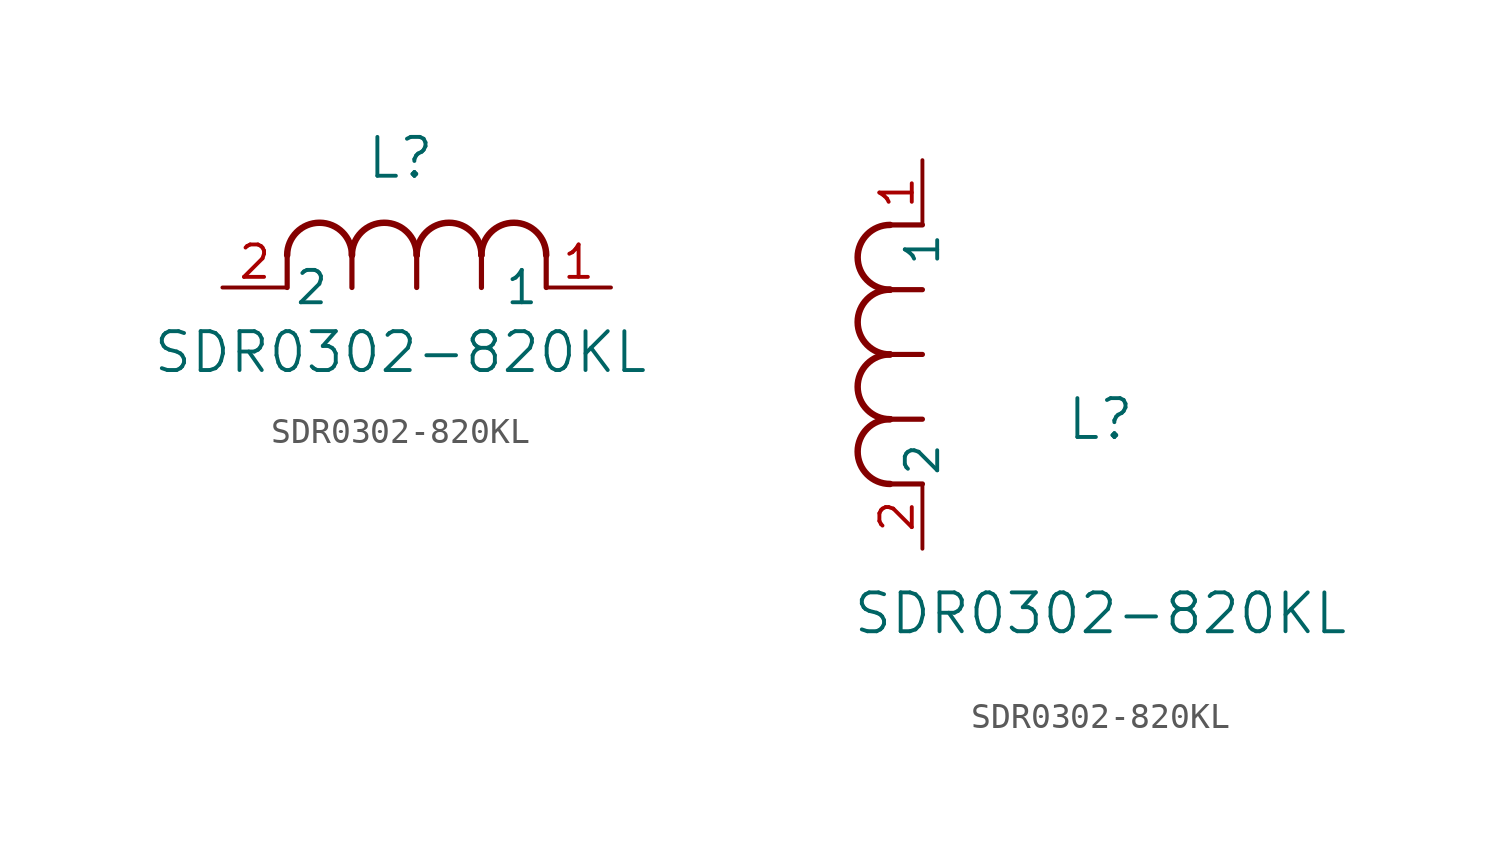
<source format=kicad_sym>
(kicad_symbol_lib
  (version 20211014)
  (generator kicad_symbol_editor)
  (symbol "SDR0302-820KL"
    (pin_names
      (offset 0.254))
    (property "Reference" "L"
      (at 6.985 5.08 0)
      (effects (font (size 1.524 1.524))))
    (property "Value" "SDR0302-820KL"
      (at 6.985 -2.54 0)
      (effects (font (size 1.524 1.524))))
    (symbol "SDR0302-820KL_1_1"
      (arc (start 7.62 1.27) (mid 6.35 2.54) (end 5.08 1.27) (stroke (width 0.254) (type default) (color 0 0 0 0)) (fill (type none)))
      (polyline (pts (xy 5.08 0) (xy 5.08 1.27)) (stroke (width 0.203) (type default) (color 0 0 0 0)) (fill (type none)))
      (polyline (pts (xy 7.62 0) (xy 7.62 1.27)) (stroke (width 0.203) (type default) (color 0 0 0 0)) (fill (type none)))
      (polyline (pts (xy 12.7 0) (xy 12.7 1.27)) (stroke (width 0.203) (type default) (color 0 0 0 0)) (fill (type none)))
      (arc (start 5.08 1.27) (mid 3.81 2.54) (end 2.54 1.27) (stroke (width 0.254) (type default) (color 0 0 0 0)) (fill (type none)))
      (arc (start 10.16 1.27) (mid 8.89 2.54) (end 7.62 1.27) (stroke (width 0.254) (type default) (color 0 0 0 0)) (fill (type none)))
      (arc (start 12.7 1.27) (mid 11.43 2.54) (end 10.16 1.27) (stroke (width 0.254) (type default) (color 0 0 0 0)) (fill (type none)))
      (polyline (pts (xy 2.54 0) (xy 2.54 1.27)) (stroke (width 0.203) (type default) (color 0 0 0 0)) (fill (type none)))
      (polyline (pts (xy 10.16 0) (xy 10.16 1.27)) (stroke (width 0.203) (type default) (color 0 0 0 0)) (fill (type none)))
      (pin unspecified line (at 0 0 0) (length 2.54) (name "2" (effects (font (size 1.27 1.27)))) (number "2" (effects (font (size 1.27 1.27)))))
      (pin unspecified line (at 15.24 0 180) (length 2.54) (name "1" (effects (font (size 1.27 1.27)))) (number "1" (effects (font (size 1.27 1.27))))))
    (symbol "SDR0302-820KL_1_2"
      (arc (start -1.27 7.62) (mid -2.54 6.35) (end -1.27 5.08) (stroke (width 0.254) (type default) (color 0 0 0 0)) (fill (type none)))
      (arc (start -1.27 5.08) (mid -2.54 3.81) (end -1.27 2.54) (stroke (width 0.254) (type default) (color 0 0 0 0)) (fill (type none)))
      (arc (start -1.27 12.7) (mid -2.54 11.43) (end -1.27 10.16) (stroke (width 0.254) (type default) (color 0 0 0 0)) (fill (type none)))
      (arc (start -1.27 10.16) (mid -2.54 8.89) (end -1.27 7.62) (stroke (width 0.254) (type default) (color 0 0 0 0)) (fill (type none)))
      (polyline (pts (xy 0 7.62) (xy -1.27 7.62)) (stroke (width 0.203) (type default) (color 0 0 0 0)) (fill (type none)))
      (polyline (pts (xy 0 5.08) (xy -1.27 5.08)) (stroke (width 0.203) (type default) (color 0 0 0 0)) (fill (type none)))
      (polyline (pts (xy 0 12.7) (xy -1.27 12.7)) (stroke (width 0.203) (type default) (color 0 0 0 0)) (fill (type none)))
      (polyline (pts (xy 0 2.54) (xy -1.27 2.54)) (stroke (width 0.203) (type default) (color 0 0 0 0)) (fill (type none)))
      (polyline (pts (xy 0 10.16) (xy -1.27 10.16)) (stroke (width 0.203) (type default) (color 0 0 0 0)) (fill (type none)))
      (pin unspecified line (at 0 0 90) (length 2.54) (name "2" (effects (font (size 1.27 1.27)))) (number "2" (effects (font (size 1.27 1.27)))))
      (pin unspecified line (at 0 15.24 270) (length 2.54) (name "1" (effects (font (size 1.27 1.27)))) (number "1" (effects (font (size 1.27 1.27))))))))
</source>
